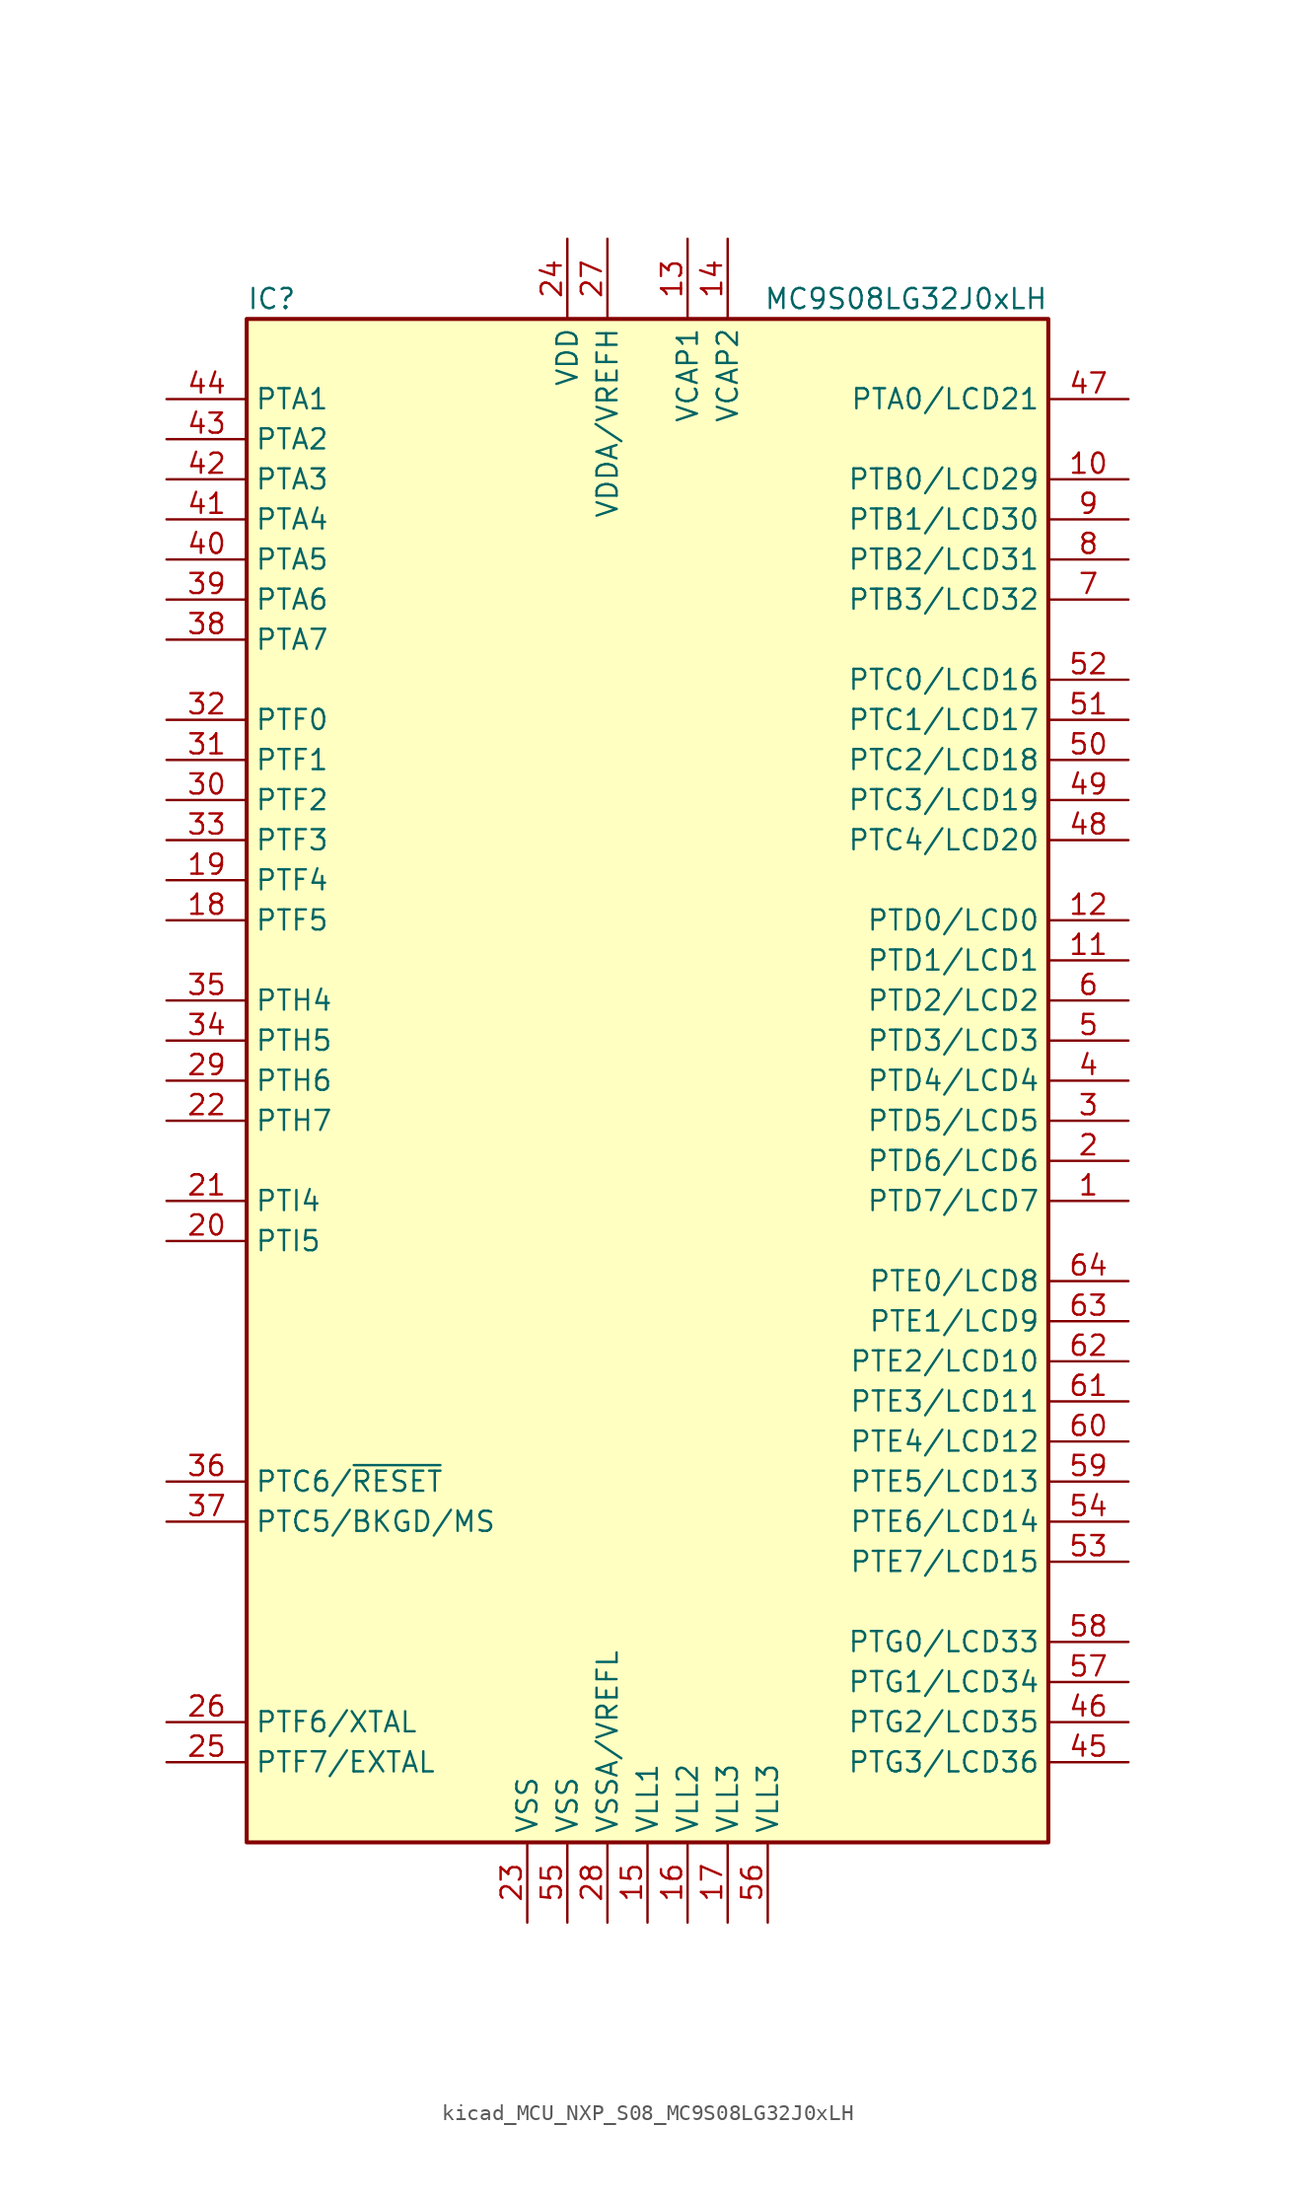
<source format=kicad_sym>
(kicad_symbol_lib
  (version 20220914)
  (generator kicad_symbol_editor)
  (symbol "kicad_MCU_NXP_S08_MC9S08LG32J0xLH"
    (property "Reference" "IC"
      (at -25.4 49.53 0)
      (effects (font (size 1.27 1.27)) (justify left)))
    (property "Value" "MC9S08LG32J0xLH"
      (at 25.4 49.53 0)
      (effects (font (size 1.27 1.27)) (justify right)))
    (symbol "kicad_MCU_NXP_S08_MC9S08LG32J0xLH_0_1"
      (rectangle (start -25.4 48.26) (end 25.4 -48.26) (stroke (width 0.254) (type default)) (fill (type background))))
    (symbol "kicad_MCU_NXP_S08_MC9S08LG32J0xLH_1_1"
      (pin bidirectional line (at 30.48 -7.62 180) (length 5.08) (name "PTD7/LCD7" (effects (font (size 1.27 1.27)))) (number "1" (effects (font (size 1.27 1.27)))))
      (pin bidirectional line (at 30.48 38.1 180) (length 5.08) (name "PTB0/LCD29" (effects (font (size 1.27 1.27)))) (number "10" (effects (font (size 1.27 1.27)))))
      (pin bidirectional line (at 30.48 7.62 180) (length 5.08) (name "PTD1/LCD1" (effects (font (size 1.27 1.27)))) (number "11" (effects (font (size 1.27 1.27)))))
      (pin bidirectional line (at 30.48 10.16 180) (length 5.08) (name "PTD0/LCD0" (effects (font (size 1.27 1.27)))) (number "12" (effects (font (size 1.27 1.27)))))
      (pin power_in line (at 2.54 53.34 270) (length 5.08) (name "VCAP1" (effects (font (size 1.27 1.27)))) (number "13" (effects (font (size 1.27 1.27)))))
      (pin power_in line (at 5.08 53.34 270) (length 5.08) (name "VCAP2" (effects (font (size 1.27 1.27)))) (number "14" (effects (font (size 1.27 1.27)))))
      (pin power_in line (at 0 -53.34 90) (length 5.08) (name "VLL1" (effects (font (size 1.27 1.27)))) (number "15" (effects (font (size 1.27 1.27)))))
      (pin power_in line (at 2.54 -53.34 90) (length 5.08) (name "VLL2" (effects (font (size 1.27 1.27)))) (number "16" (effects (font (size 1.27 1.27)))))
      (pin power_in line (at 5.08 -53.34 90) (length 5.08) (name "VLL3" (effects (font (size 1.27 1.27)))) (number "17" (effects (font (size 1.27 1.27)))))
      (pin bidirectional line (at -30.48 10.16 0) (length 5.08) (name "PTF5" (effects (font (size 1.27 1.27)))) (number "18" (effects (font (size 1.27 1.27)))))
      (pin bidirectional line (at -30.48 12.7 0) (length 5.08) (name "PTF4" (effects (font (size 1.27 1.27)))) (number "19" (effects (font (size 1.27 1.27)))))
      (pin bidirectional line (at 30.48 -5.08 180) (length 5.08) (name "PTD6/LCD6" (effects (font (size 1.27 1.27)))) (number "2" (effects (font (size 1.27 1.27)))))
      (pin bidirectional line (at -30.48 -10.16 0) (length 5.08) (name "PTI5" (effects (font (size 1.27 1.27)))) (number "20" (effects (font (size 1.27 1.27)))))
      (pin bidirectional line (at -30.48 -7.62 0) (length 5.08) (name "PTI4" (effects (font (size 1.27 1.27)))) (number "21" (effects (font (size 1.27 1.27)))))
      (pin bidirectional line (at -30.48 -2.54 0) (length 5.08) (name "PTH7" (effects (font (size 1.27 1.27)))) (number "22" (effects (font (size 1.27 1.27)))))
      (pin power_in line (at -7.62 -53.34 90) (length 5.08) (name "VSS" (effects (font (size 1.27 1.27)))) (number "23" (effects (font (size 1.27 1.27)))))
      (pin power_in line (at -5.08 53.34 270) (length 5.08) (name "VDD" (effects (font (size 1.27 1.27)))) (number "24" (effects (font (size 1.27 1.27)))))
      (pin bidirectional line (at -30.48 -43.18 0) (length 5.08) (name "PTF7/EXTAL" (effects (font (size 1.27 1.27)))) (number "25" (effects (font (size 1.27 1.27)))))
      (pin bidirectional line (at -30.48 -40.64 0) (length 5.08) (name "PTF6/XTAL" (effects (font (size 1.27 1.27)))) (number "26" (effects (font (size 1.27 1.27)))))
      (pin power_in line (at -2.54 53.34 270) (length 5.08) (name "VDDA/VREFH" (effects (font (size 1.27 1.27)))) (number "27" (effects (font (size 1.27 1.27)))))
      (pin power_in line (at -2.54 -53.34 90) (length 5.08) (name "VSSA/VREFL" (effects (font (size 1.27 1.27)))) (number "28" (effects (font (size 1.27 1.27)))))
      (pin bidirectional line (at -30.48 0 0) (length 5.08) (name "PTH6" (effects (font (size 1.27 1.27)))) (number "29" (effects (font (size 1.27 1.27)))))
      (pin bidirectional line (at 30.48 -2.54 180) (length 5.08) (name "PTD5/LCD5" (effects (font (size 1.27 1.27)))) (number "3" (effects (font (size 1.27 1.27)))))
      (pin bidirectional line (at -30.48 17.78 0) (length 5.08) (name "PTF2" (effects (font (size 1.27 1.27)))) (number "30" (effects (font (size 1.27 1.27)))))
      (pin bidirectional line (at -30.48 20.32 0) (length 5.08) (name "PTF1" (effects (font (size 1.27 1.27)))) (number "31" (effects (font (size 1.27 1.27)))))
      (pin bidirectional line (at -30.48 22.86 0) (length 5.08) (name "PTF0" (effects (font (size 1.27 1.27)))) (number "32" (effects (font (size 1.27 1.27)))))
      (pin bidirectional line (at -30.48 15.24 0) (length 5.08) (name "PTF3" (effects (font (size 1.27 1.27)))) (number "33" (effects (font (size 1.27 1.27)))))
      (pin bidirectional line (at -30.48 2.54 0) (length 5.08) (name "PTH5" (effects (font (size 1.27 1.27)))) (number "34" (effects (font (size 1.27 1.27)))))
      (pin bidirectional line (at -30.48 5.08 0) (length 5.08) (name "PTH4" (effects (font (size 1.27 1.27)))) (number "35" (effects (font (size 1.27 1.27)))))
      (pin bidirectional line (at -30.48 -25.4 0) (length 5.08) (name "PTC6/~{RESET}" (effects (font (size 1.27 1.27)))) (number "36" (effects (font (size 1.27 1.27)))))
      (pin bidirectional line (at -30.48 -27.94 0) (length 5.08) (name "PTC5/BKGD/MS" (effects (font (size 1.27 1.27)))) (number "37" (effects (font (size 1.27 1.27)))))
      (pin bidirectional line (at -30.48 27.94 0) (length 5.08) (name "PTA7" (effects (font (size 1.27 1.27)))) (number "38" (effects (font (size 1.27 1.27)))))
      (pin bidirectional line (at -30.48 30.48 0) (length 5.08) (name "PTA6" (effects (font (size 1.27 1.27)))) (number "39" (effects (font (size 1.27 1.27)))))
      (pin bidirectional line (at 30.48 0 180) (length 5.08) (name "PTD4/LCD4" (effects (font (size 1.27 1.27)))) (number "4" (effects (font (size 1.27 1.27)))))
      (pin bidirectional line (at -30.48 33.02 0) (length 5.08) (name "PTA5" (effects (font (size 1.27 1.27)))) (number "40" (effects (font (size 1.27 1.27)))))
      (pin bidirectional line (at -30.48 35.56 0) (length 5.08) (name "PTA4" (effects (font (size 1.27 1.27)))) (number "41" (effects (font (size 1.27 1.27)))))
      (pin bidirectional line (at -30.48 38.1 0) (length 5.08) (name "PTA3" (effects (font (size 1.27 1.27)))) (number "42" (effects (font (size 1.27 1.27)))))
      (pin bidirectional line (at -30.48 40.64 0) (length 5.08) (name "PTA2" (effects (font (size 1.27 1.27)))) (number "43" (effects (font (size 1.27 1.27)))))
      (pin bidirectional line (at -30.48 43.18 0) (length 5.08) (name "PTA1" (effects (font (size 1.27 1.27)))) (number "44" (effects (font (size 1.27 1.27)))))
      (pin bidirectional line (at 30.48 -43.18 180) (length 5.08) (name "PTG3/LCD36" (effects (font (size 1.27 1.27)))) (number "45" (effects (font (size 1.27 1.27)))))
      (pin bidirectional line (at 30.48 -40.64 180) (length 5.08) (name "PTG2/LCD35" (effects (font (size 1.27 1.27)))) (number "46" (effects (font (size 1.27 1.27)))))
      (pin bidirectional line (at 30.48 43.18 180) (length 5.08) (name "PTA0/LCD21" (effects (font (size 1.27 1.27)))) (number "47" (effects (font (size 1.27 1.27)))))
      (pin bidirectional line (at 30.48 15.24 180) (length 5.08) (name "PTC4/LCD20" (effects (font (size 1.27 1.27)))) (number "48" (effects (font (size 1.27 1.27)))))
      (pin bidirectional line (at 30.48 17.78 180) (length 5.08) (name "PTC3/LCD19" (effects (font (size 1.27 1.27)))) (number "49" (effects (font (size 1.27 1.27)))))
      (pin bidirectional line (at 30.48 2.54 180) (length 5.08) (name "PTD3/LCD3" (effects (font (size 1.27 1.27)))) (number "5" (effects (font (size 1.27 1.27)))))
      (pin bidirectional line (at 30.48 20.32 180) (length 5.08) (name "PTC2/LCD18" (effects (font (size 1.27 1.27)))) (number "50" (effects (font (size 1.27 1.27)))))
      (pin bidirectional line (at 30.48 22.86 180) (length 5.08) (name "PTC1/LCD17" (effects (font (size 1.27 1.27)))) (number "51" (effects (font (size 1.27 1.27)))))
      (pin bidirectional line (at 30.48 25.4 180) (length 5.08) (name "PTC0/LCD16" (effects (font (size 1.27 1.27)))) (number "52" (effects (font (size 1.27 1.27)))))
      (pin bidirectional line (at 30.48 -30.48 180) (length 5.08) (name "PTE7/LCD15" (effects (font (size 1.27 1.27)))) (number "53" (effects (font (size 1.27 1.27)))))
      (pin bidirectional line (at 30.48 -27.94 180) (length 5.08) (name "PTE6/LCD14" (effects (font (size 1.27 1.27)))) (number "54" (effects (font (size 1.27 1.27)))))
      (pin power_in line (at -5.08 -53.34 90) (length 5.08) (name "VSS" (effects (font (size 1.27 1.27)))) (number "55" (effects (font (size 1.27 1.27)))))
      (pin power_in line (at 7.62 -53.34 90) (length 5.08) (name "VLL3" (effects (font (size 1.27 1.27)))) (number "56" (effects (font (size 1.27 1.27)))))
      (pin bidirectional line (at 30.48 -38.1 180) (length 5.08) (name "PTG1/LCD34" (effects (font (size 1.27 1.27)))) (number "57" (effects (font (size 1.27 1.27)))))
      (pin bidirectional line (at 30.48 -35.56 180) (length 5.08) (name "PTG0/LCD33" (effects (font (size 1.27 1.27)))) (number "58" (effects (font (size 1.27 1.27)))))
      (pin bidirectional line (at 30.48 -25.4 180) (length 5.08) (name "PTE5/LCD13" (effects (font (size 1.27 1.27)))) (number "59" (effects (font (size 1.27 1.27)))))
      (pin bidirectional line (at 30.48 5.08 180) (length 5.08) (name "PTD2/LCD2" (effects (font (size 1.27 1.27)))) (number "6" (effects (font (size 1.27 1.27)))))
      (pin bidirectional line (at 30.48 -22.86 180) (length 5.08) (name "PTE4/LCD12" (effects (font (size 1.27 1.27)))) (number "60" (effects (font (size 1.27 1.27)))))
      (pin bidirectional line (at 30.48 -20.32 180) (length 5.08) (name "PTE3/LCD11" (effects (font (size 1.27 1.27)))) (number "61" (effects (font (size 1.27 1.27)))))
      (pin bidirectional line (at 30.48 -17.78 180) (length 5.08) (name "PTE2/LCD10" (effects (font (size 1.27 1.27)))) (number "62" (effects (font (size 1.27 1.27)))))
      (pin bidirectional line (at 30.48 -15.24 180) (length 5.08) (name "PTE1/LCD9" (effects (font (size 1.27 1.27)))) (number "63" (effects (font (size 1.27 1.27)))))
      (pin bidirectional line (at 30.48 -12.7 180) (length 5.08) (name "PTE0/LCD8" (effects (font (size 1.27 1.27)))) (number "64" (effects (font (size 1.27 1.27)))))
      (pin bidirectional line (at 30.48 30.48 180) (length 5.08) (name "PTB3/LCD32" (effects (font (size 1.27 1.27)))) (number "7" (effects (font (size 1.27 1.27)))))
      (pin bidirectional line (at 30.48 33.02 180) (length 5.08) (name "PTB2/LCD31" (effects (font (size 1.27 1.27)))) (number "8" (effects (font (size 1.27 1.27)))))
      (pin bidirectional line (at 30.48 35.56 180) (length 5.08) (name "PTB1/LCD30" (effects (font (size 1.27 1.27)))) (number "9" (effects (font (size 1.27 1.27))))))))
</source>
